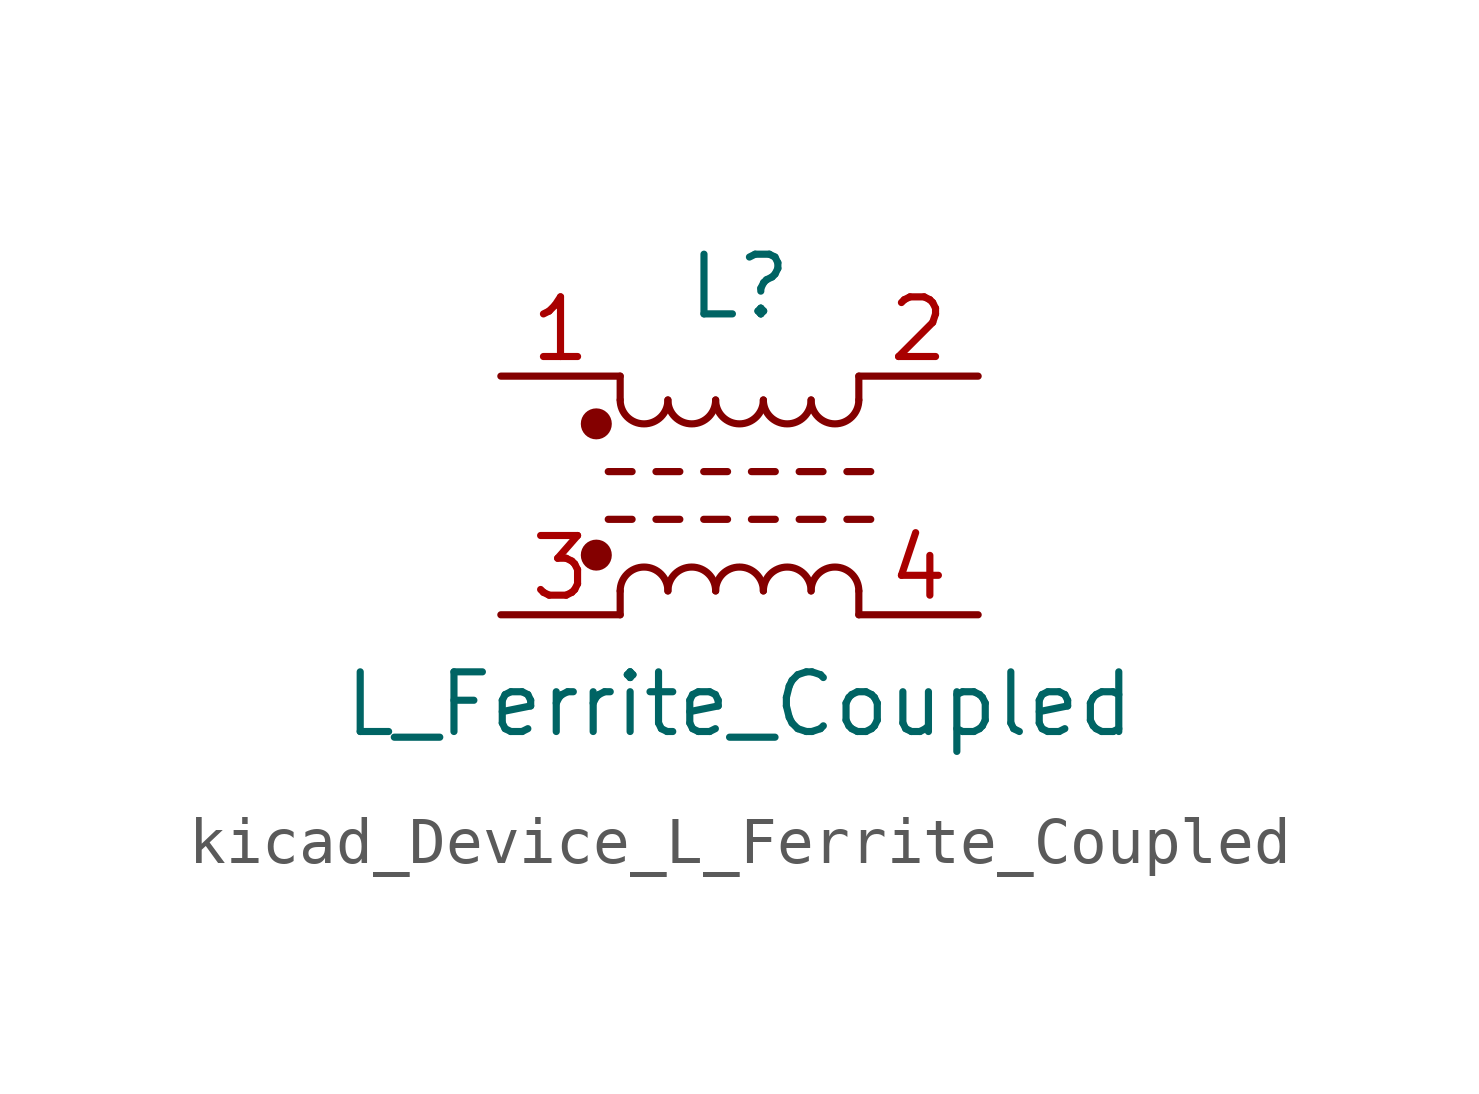
<source format=kicad_sym>
(kicad_symbol_lib
  (version 20220914)
  (generator kicad_symbol_editor)
  (symbol "kicad_Device_L_Ferrite_Coupled"
    (pin_names
      (offset 0.254) hide)
    (property "Reference" "L"
      (at 0 4.445 0)
      (effects (font (size 1.27 1.27))))
    (property "Value" "L_Ferrite_Coupled"
      (at 0 -4.445 0)
      (effects (font (size 1.27 1.27))))
    (symbol "kicad_Device_L_Ferrite_Coupled_0_1"
      (circle (center -3.048 -1.27) (radius 0.254) (stroke (width 0) (type default)) (fill (type outline)))
      (circle (center -3.048 1.524) (radius 0.254) (stroke (width 0) (type default)) (fill (type outline)))
      (arc (start -2.54 2.032) (mid -2.032 1.5262) (end -1.524 2.032) (stroke (width 0) (type default)) (fill (type none)))
      (arc (start -1.524 -2.032) (mid -2.032 -1.5262) (end -2.54 -2.032) (stroke (width 0) (type default)) (fill (type none)))
      (arc (start -1.524 2.032) (mid -1.016 1.5262) (end -0.508 2.032) (stroke (width 0) (type default)) (fill (type none)))
      (arc (start -0.508 -2.032) (mid -1.016 -1.5262) (end -1.524 -2.032) (stroke (width 0) (type default)) (fill (type none)))
      (arc (start -0.508 2.032) (mid 0 1.5262) (end 0.508 2.032) (stroke (width 0) (type default)) (fill (type none)))
      (polyline (pts (xy -2.794 -0.508) (xy -2.286 -0.508)) (stroke (width 0) (type default)) (fill (type none)))
      (polyline (pts (xy -2.794 0.508) (xy -2.286 0.508)) (stroke (width 0) (type default)) (fill (type none)))
      (polyline (pts (xy -2.54 -2.032) (xy -2.54 -2.54)) (stroke (width 0) (type default)) (fill (type none)))
      (polyline (pts (xy -2.54 2.032) (xy -2.54 2.54)) (stroke (width 0) (type default)) (fill (type none)))
      (polyline (pts (xy -1.778 -0.508) (xy -1.27 -0.508)) (stroke (width 0) (type default)) (fill (type none)))
      (polyline (pts (xy -1.778 0.508) (xy -1.27 0.508)) (stroke (width 0) (type default)) (fill (type none)))
      (polyline (pts (xy -0.762 -0.508) (xy -0.254 -0.508)) (stroke (width 0) (type default)) (fill (type none)))
      (polyline (pts (xy -0.762 0.508) (xy -0.254 0.508)) (stroke (width 0) (type default)) (fill (type none)))
      (polyline (pts (xy 0.254 -0.508) (xy 0.762 -0.508)) (stroke (width 0) (type default)) (fill (type none)))
      (polyline (pts (xy 0.254 0.508) (xy 0.762 0.508)) (stroke (width 0) (type default)) (fill (type none)))
      (polyline (pts (xy 1.27 -0.508) (xy 1.778 -0.508)) (stroke (width 0) (type default)) (fill (type none)))
      (polyline (pts (xy 1.27 0.508) (xy 1.778 0.508)) (stroke (width 0) (type default)) (fill (type none)))
      (polyline (pts (xy 2.286 -0.508) (xy 2.794 -0.508)) (stroke (width 0) (type default)) (fill (type none)))
      (polyline (pts (xy 2.286 0.508) (xy 2.794 0.508)) (stroke (width 0) (type default)) (fill (type none)))
      (polyline (pts (xy 2.54 -2.032) (xy 2.54 -2.54)) (stroke (width 0) (type default)) (fill (type none)))
      (polyline (pts (xy 2.54 2.54) (xy 2.54 2.032)) (stroke (width 0) (type default)) (fill (type none)))
      (arc (start 0.508 -2.032) (mid 0 -1.5262) (end -0.508 -2.032) (stroke (width 0) (type default)) (fill (type none)))
      (arc (start 0.508 2.032) (mid 1.016 1.5262) (end 1.524 2.032) (stroke (width 0) (type default)) (fill (type none)))
      (arc (start 1.524 -2.032) (mid 1.016 -1.5262) (end 0.508 -2.032) (stroke (width 0) (type default)) (fill (type none)))
      (arc (start 1.524 2.032) (mid 2.032 1.5262) (end 2.54 2.032) (stroke (width 0) (type default)) (fill (type none)))
      (arc (start 2.54 -2.032) (mid 2.032 -1.5262) (end 1.524 -2.032) (stroke (width 0) (type default)) (fill (type none))))
    (symbol "kicad_Device_L_Ferrite_Coupled_1_1"
      (pin passive line (at -5.08 2.54 0) (length 2.54) (name "1" (effects (font (size 1.27 1.27)))) (number "1" (effects (font (size 1.27 1.27)))))
      (pin passive line (at 5.08 2.54 180) (length 2.54) (name "2" (effects (font (size 1.27 1.27)))) (number "2" (effects (font (size 1.27 1.27)))))
      (pin passive line (at -5.08 -2.54 0) (length 2.54) (name "3" (effects (font (size 1.27 1.27)))) (number "3" (effects (font (size 1.27 1.27)))))
      (pin passive line (at 5.08 -2.54 180) (length 2.54) (name "4" (effects (font (size 1.27 1.27)))) (number "4" (effects (font (size 1.27 1.27))))))))
</source>
